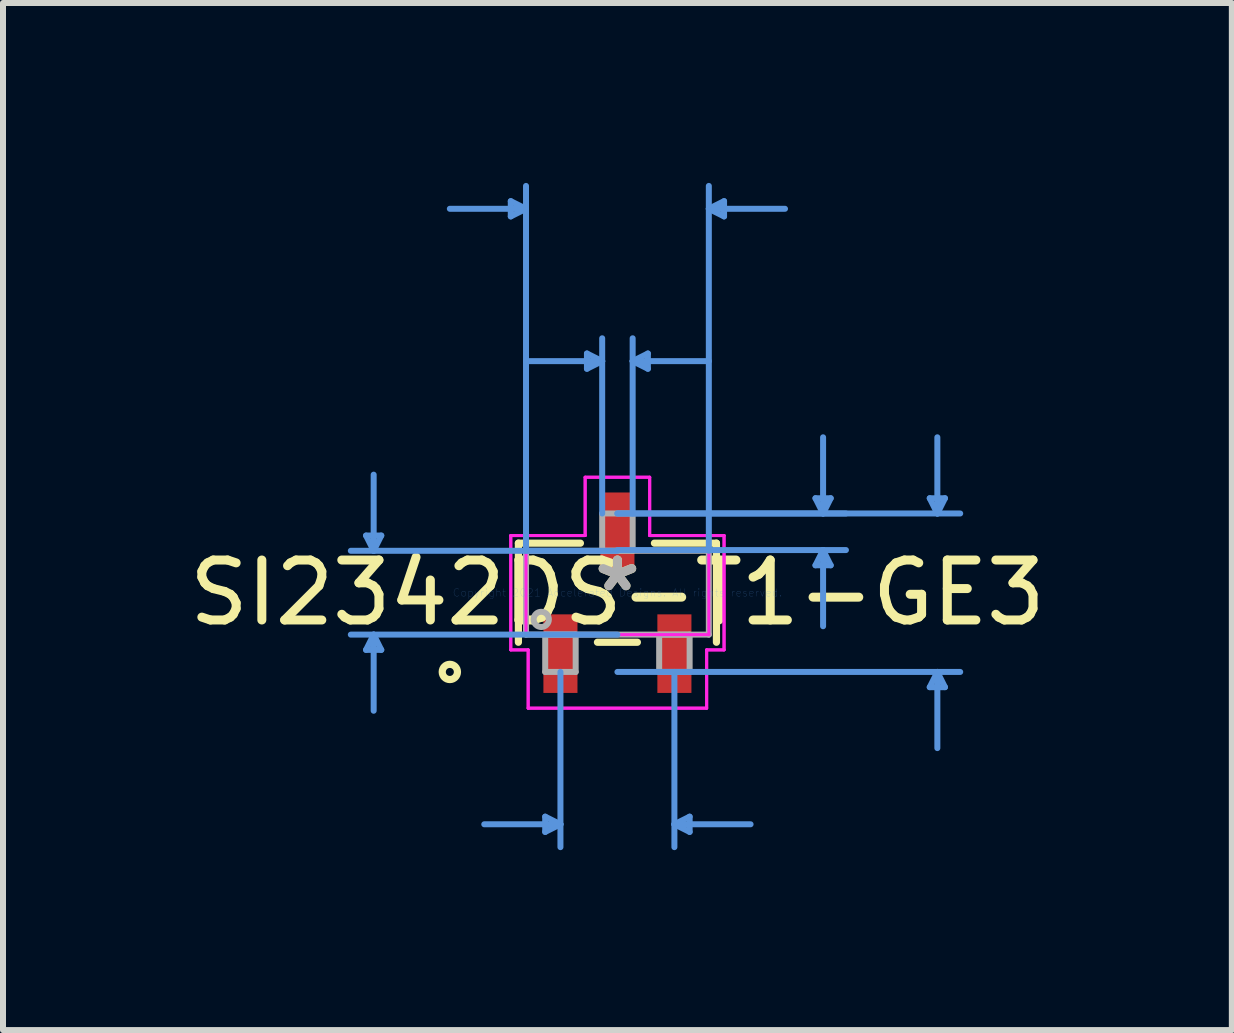
<source format=kicad_pcb>
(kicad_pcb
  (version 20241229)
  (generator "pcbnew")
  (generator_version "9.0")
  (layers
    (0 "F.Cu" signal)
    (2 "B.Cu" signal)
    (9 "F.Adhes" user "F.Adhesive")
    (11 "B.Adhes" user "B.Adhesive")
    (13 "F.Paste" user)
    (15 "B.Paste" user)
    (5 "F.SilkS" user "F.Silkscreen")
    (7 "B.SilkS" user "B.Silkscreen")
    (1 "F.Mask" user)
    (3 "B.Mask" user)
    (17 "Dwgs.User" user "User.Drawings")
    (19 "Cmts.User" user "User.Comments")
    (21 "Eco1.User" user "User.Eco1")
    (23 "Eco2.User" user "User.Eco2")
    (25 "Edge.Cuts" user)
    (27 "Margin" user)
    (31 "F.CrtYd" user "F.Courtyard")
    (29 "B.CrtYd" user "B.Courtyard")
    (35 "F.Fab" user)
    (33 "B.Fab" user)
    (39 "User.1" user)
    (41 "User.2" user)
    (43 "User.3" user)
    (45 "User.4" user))
  (footprint "SI2342DS-T1-GE3"
    (layer "F.Cu")
    (at 7.244 6.832)
    (property "Reference" "SI2342DS-T1-GE3" (at 0 0 0) (layer "F.SilkS") (effects (font (size 1 1) (thickness 0.15))))
    (attr through_hole)
    (fp_line (start -1.651 -0.826) (end -1.651 0.826) (stroke (width 0.12) (type solid)) (layer "F.SilkS"))
    (fp_line (start -0.617 -0.826) (end -1.651 -0.826) (stroke (width 0.12) (type solid)) (layer "F.SilkS"))
    (fp_line (start -0.333 0.826) (end 0.333 0.826) (stroke (width 0.12) (type solid)) (layer "F.SilkS"))
    (fp_line (start 1.651 -0.826) (end 0.617 -0.826) (stroke (width 0.12) (type solid)) (layer "F.SilkS"))
    (fp_line (start 1.651 0.826) (end 1.651 -0.826) (stroke (width 0.12) (type solid)) (layer "F.SilkS"))
    (fp_circle (center -2.794 1.321) (end -2.667 1.321) (stroke (width 0.12) (type solid)) (fill no) (layer "F.SilkS"))
    (fp_line (start -4.191 -0.953) (end -3.937 -0.953) (stroke (width 0.1) (type solid)) (layer "Cmts.User"))
    (fp_line (start -4.191 0.953) (end -3.937 0.953) (stroke (width 0.1) (type solid)) (layer "Cmts.User"))
    (fp_line (start -4.064 -0.699) (end -4.191 -0.953) (stroke (width 0.1) (type solid)) (layer "Cmts.User"))
    (fp_line (start -4.064 -0.699) (end -4.064 -1.968) (stroke (width 0.1) (type solid)) (layer "Cmts.User"))
    (fp_line (start -4.064 -0.699) (end -3.937 -0.953) (stroke (width 0.1) (type solid)) (layer "Cmts.User"))
    (fp_line (start -4.064 0.699) (end -4.191 0.953) (stroke (width 0.1) (type solid)) (layer "Cmts.User"))
    (fp_line (start -4.064 0.699) (end -4.064 1.968) (stroke (width 0.1) (type solid)) (layer "Cmts.User"))
    (fp_line (start -4.064 0.699) (end -3.937 0.953) (stroke (width 0.1) (type solid)) (layer "Cmts.User"))
    (fp_line (start -1.778 -6.528) (end -1.778 -6.274) (stroke (width 0.1) (type solid)) (layer "Cmts.User"))
    (fp_line (start -1.524 -6.401) (end -2.794 -6.401) (stroke (width 0.1) (type solid)) (layer "Cmts.User"))
    (fp_line (start -1.524 -6.401) (end -1.778 -6.528) (stroke (width 0.1) (type solid)) (layer "Cmts.User"))
    (fp_line (start -1.524 -6.401) (end -1.778 -6.274) (stroke (width 0.1) (type solid)) (layer "Cmts.User"))
    (fp_line (start -1.524 -0.699) (end -1.524 -6.782) (stroke (width 0.1) (type solid)) (layer "Cmts.User"))
    (fp_line (start -1.204 3.734) (end -1.204 3.988) (stroke (width 0.1) (type solid)) (layer "Cmts.User"))
    (fp_line (start -0.95 1.321) (end -0.95 4.242) (stroke (width 0.1) (type solid)) (layer "Cmts.User"))
    (fp_line (start -0.95 3.861) (end -2.22 3.861) (stroke (width 0.1) (type solid)) (layer "Cmts.User"))
    (fp_line (start -0.95 3.861) (end -1.204 3.734) (stroke (width 0.1) (type solid)) (layer "Cmts.User"))
    (fp_line (start -0.95 3.861) (end -1.204 3.988) (stroke (width 0.1) (type solid)) (layer "Cmts.User"))
    (fp_line (start -0.508 -3.988) (end -0.508 -3.734) (stroke (width 0.1) (type solid)) (layer "Cmts.User"))
    (fp_line (start -0.254 -3.861) (end -1.524 -3.861) (stroke (width 0.1) (type solid)) (layer "Cmts.User"))
    (fp_line (start -0.254 -3.861) (end -0.508 -3.988) (stroke (width 0.1) (type solid)) (layer "Cmts.User"))
    (fp_line (start -0.254 -3.861) (end -0.508 -3.734) (stroke (width 0.1) (type solid)) (layer "Cmts.User"))
    (fp_line (start -0.254 -1.321) (end -0.254 -4.242) (stroke (width 0.1) (type solid)) (layer "Cmts.User"))
    (fp_line (start 0 -1.321) (end 3.81 -1.321) (stroke (width 0.1) (type solid)) (layer "Cmts.User"))
    (fp_line (start 0 -1.321) (end 5.715 -1.321) (stroke (width 0.1) (type solid)) (layer "Cmts.User"))
    (fp_line (start 0 -0.711) (end 3.81 -0.711) (stroke (width 0.1) (type solid)) (layer "Cmts.User"))
    (fp_line (start 0 -0.699) (end -4.445 -0.699) (stroke (width 0.1) (type solid)) (layer "Cmts.User"))
    (fp_line (start 0 0.699) (end -4.445 0.699) (stroke (width 0.1) (type solid)) (layer "Cmts.User"))
    (fp_line (start 0 1.321) (end 5.715 1.321) (stroke (width 0.1) (type solid)) (layer "Cmts.User"))
    (fp_line (start 0.254 -3.861) (end 0.508 -3.988) (stroke (width 0.1) (type solid)) (layer "Cmts.User"))
    (fp_line (start 0.254 -3.861) (end 0.508 -3.734) (stroke (width 0.1) (type solid)) (layer "Cmts.User"))
    (fp_line (start 0.254 -3.861) (end 1.524 -3.861) (stroke (width 0.1) (type solid)) (layer "Cmts.User"))
    (fp_line (start 0.254 -1.321) (end 0.254 -4.242) (stroke (width 0.1) (type solid)) (layer "Cmts.User"))
    (fp_line (start 0.508 -3.988) (end 0.508 -3.734) (stroke (width 0.1) (type solid)) (layer "Cmts.User"))
    (fp_line (start 0.95 1.321) (end 0.95 4.242) (stroke (width 0.1) (type solid)) (layer "Cmts.User"))
    (fp_line (start 0.95 3.861) (end 1.204 3.734) (stroke (width 0.1) (type solid)) (layer "Cmts.User"))
    (fp_line (start 0.95 3.861) (end 1.204 3.988) (stroke (width 0.1) (type solid)) (layer "Cmts.User"))
    (fp_line (start 0.95 3.861) (end 2.22 3.861) (stroke (width 0.1) (type solid)) (layer "Cmts.User"))
    (fp_line (start 1.204 3.734) (end 1.204 3.988) (stroke (width 0.1) (type solid)) (layer "Cmts.User"))
    (fp_line (start 1.524 -6.401) (end 1.778 -6.528) (stroke (width 0.1) (type solid)) (layer "Cmts.User"))
    (fp_line (start 1.524 -6.401) (end 1.778 -6.274) (stroke (width 0.1) (type solid)) (layer "Cmts.User"))
    (fp_line (start 1.524 -6.401) (end 2.794 -6.401) (stroke (width 0.1) (type solid)) (layer "Cmts.User"))
    (fp_line (start 1.524 -0.699) (end 1.524 -6.782) (stroke (width 0.1) (type solid)) (layer "Cmts.User"))
    (fp_line (start 1.778 -6.528) (end 1.778 -6.274) (stroke (width 0.1) (type solid)) (layer "Cmts.User"))
    (fp_line (start 3.302 -1.575) (end 3.556 -1.575) (stroke (width 0.1) (type solid)) (layer "Cmts.User"))
    (fp_line (start 3.302 -0.457) (end 3.556 -0.457) (stroke (width 0.1) (type solid)) (layer "Cmts.User"))
    (fp_line (start 3.429 -1.321) (end 3.302 -1.575) (stroke (width 0.1) (type solid)) (layer "Cmts.User"))
    (fp_line (start 3.429 -1.321) (end 3.429 -2.591) (stroke (width 0.1) (type solid)) (layer "Cmts.User"))
    (fp_line (start 3.429 -1.321) (end 3.556 -1.575) (stroke (width 0.1) (type solid)) (layer "Cmts.User"))
    (fp_line (start 3.429 -0.711) (end 3.302 -0.457) (stroke (width 0.1) (type solid)) (layer "Cmts.User"))
    (fp_line (start 3.429 -0.711) (end 3.429 0.559) (stroke (width 0.1) (type solid)) (layer "Cmts.User"))
    (fp_line (start 3.429 -0.711) (end 3.556 -0.457) (stroke (width 0.1) (type solid)) (layer "Cmts.User"))
    (fp_line (start 5.207 -1.575) (end 5.461 -1.575) (stroke (width 0.1) (type solid)) (layer "Cmts.User"))
    (fp_line (start 5.207 1.575) (end 5.461 1.575) (stroke (width 0.1) (type solid)) (layer "Cmts.User"))
    (fp_line (start 5.334 -1.321) (end 5.207 -1.575) (stroke (width 0.1) (type solid)) (layer "Cmts.User"))
    (fp_line (start 5.334 -1.321) (end 5.334 -2.591) (stroke (width 0.1) (type solid)) (layer "Cmts.User"))
    (fp_line (start 5.334 -1.321) (end 5.461 -1.575) (stroke (width 0.1) (type solid)) (layer "Cmts.User"))
    (fp_line (start 5.334 1.321) (end 5.207 1.575) (stroke (width 0.1) (type solid)) (layer "Cmts.User"))
    (fp_line (start 5.334 1.321) (end 5.334 2.591) (stroke (width 0.1) (type solid)) (layer "Cmts.User"))
    (fp_line (start 5.334 1.321) (end 5.461 1.575) (stroke (width 0.1) (type solid)) (layer "Cmts.User"))
    (fp_line (start -1.778 -0.953) (end -0.538 -0.953) (stroke (width 0.05) (type solid)) (layer "F.CrtYd"))
    (fp_line (start -1.778 -0.953) (end -0.538 -0.953) (stroke (width 0.05) (type solid)) (layer "F.CrtYd"))
    (fp_line (start -1.778 0.953) (end -1.778 -0.953) (stroke (width 0.05) (type solid)) (layer "F.CrtYd"))
    (fp_line (start -1.778 0.953) (end -1.778 -0.953) (stroke (width 0.05) (type solid)) (layer "F.CrtYd"))
    (fp_line (start -1.778 0.953) (end -1.488 0.953) (stroke (width 0.05) (type solid)) (layer "F.CrtYd"))
    (fp_line (start -1.524 -0.699) (end 1.524 -0.699) (stroke (width 0.05) (type solid)) (layer "F.CrtYd"))
    (fp_line (start -1.524 0.699) (end -1.524 -0.699) (stroke (width 0.05) (type solid)) (layer "F.CrtYd"))
    (fp_line (start -1.488 0.953) (end -1.778 0.953) (stroke (width 0.05) (type solid)) (layer "F.CrtYd"))
    (fp_line (start -1.488 0.953) (end -1.488 1.925) (stroke (width 0.05) (type solid)) (layer "F.CrtYd"))
    (fp_line (start -1.488 1.925) (end -1.488 0.953) (stroke (width 0.05) (type solid)) (layer "F.CrtYd"))
    (fp_line (start -1.488 1.925) (end 1.488 1.925) (stroke (width 0.05) (type solid)) (layer "F.CrtYd"))
    (fp_line (start -0.538 -1.925) (end 0.538 -1.925) (stroke (width 0.05) (type solid)) (layer "F.CrtYd"))
    (fp_line (start -0.538 -1.925) (end 0.538 -1.925) (stroke (width 0.05) (type solid)) (layer "F.CrtYd"))
    (fp_line (start -0.538 -0.953) (end -0.538 -1.925) (stroke (width 0.05) (type solid)) (layer "F.CrtYd"))
    (fp_line (start -0.538 -0.953) (end -0.538 -1.925) (stroke (width 0.05) (type solid)) (layer "F.CrtYd"))
    (fp_line (start 0.538 -1.925) (end 0.538 -0.953) (stroke (width 0.05) (type solid)) (layer "F.CrtYd"))
    (fp_line (start 0.538 -0.953) (end 0.538 -1.925) (stroke (width 0.05) (type solid)) (layer "F.CrtYd"))
    (fp_line (start 0.538 -0.953) (end 1.778 -0.953) (stroke (width 0.05) (type solid)) (layer "F.CrtYd"))
    (fp_line (start 1.488 0.953) (end 1.488 1.925) (stroke (width 0.05) (type solid)) (layer "F.CrtYd"))
    (fp_line (start 1.488 0.953) (end 1.488 1.925) (stroke (width 0.05) (type solid)) (layer "F.CrtYd"))
    (fp_line (start 1.488 1.925) (end -1.488 1.925) (stroke (width 0.05) (type solid)) (layer "F.CrtYd"))
    (fp_line (start 1.524 -0.699) (end 1.524 0.699) (stroke (width 0.05) (type solid)) (layer "F.CrtYd"))
    (fp_line (start 1.524 0.699) (end -1.524 0.699) (stroke (width 0.05) (type solid)) (layer "F.CrtYd"))
    (fp_line (start 1.778 -0.953) (end 0.538 -0.953) (stroke (width 0.05) (type solid)) (layer "F.CrtYd"))
    (fp_line (start 1.778 -0.953) (end 1.778 0.953) (stroke (width 0.05) (type solid)) (layer "F.CrtYd"))
    (fp_line (start 1.778 -0.953) (end 1.778 0.953) (stroke (width 0.05) (type solid)) (layer "F.CrtYd"))
    (fp_line (start 1.778 0.953) (end 1.488 0.953) (stroke (width 0.05) (type solid)) (layer "F.CrtYd"))
    (fp_line (start 1.778 0.953) (end 1.488 0.953) (stroke (width 0.05) (type solid)) (layer "F.CrtYd"))
    (fp_line (start -1.524 -0.699) (end -1.524 0.699) (stroke (width 0.1) (type solid)) (layer "F.Fab"))
    (fp_line (start -1.524 0.699) (end 1.524 0.699) (stroke (width 0.1) (type solid)) (layer "F.Fab"))
    (fp_line (start -1.204 0.699) (end -1.204 1.321) (stroke (width 0.1) (type solid)) (layer "F.Fab"))
    (fp_line (start -1.204 1.321) (end -0.696 1.321) (stroke (width 0.1) (type solid)) (layer "F.Fab"))
    (fp_line (start -0.696 0.699) (end -1.204 0.699) (stroke (width 0.1) (type solid)) (layer "F.Fab"))
    (fp_line (start -0.696 1.321) (end -0.696 0.699) (stroke (width 0.1) (type solid)) (layer "F.Fab"))
    (fp_line (start -0.254 -1.321) (end -0.254 -0.699) (stroke (width 0.1) (type solid)) (layer "F.Fab"))
    (fp_line (start -0.254 -0.699) (end 0.254 -0.699) (stroke (width 0.1) (type solid)) (layer "F.Fab"))
    (fp_line (start 0.254 -1.321) (end -0.254 -1.321) (stroke (width 0.1) (type solid)) (layer "F.Fab"))
    (fp_line (start 0.254 -0.699) (end 0.254 -1.321) (stroke (width 0.1) (type solid)) (layer "F.Fab"))
    (fp_line (start 0.696 0.699) (end 0.696 1.321) (stroke (width 0.1) (type solid)) (layer "F.Fab"))
    (fp_line (start 0.696 1.321) (end 1.204 1.321) (stroke (width 0.1) (type solid)) (layer "F.Fab"))
    (fp_line (start 1.204 0.699) (end 0.696 0.699) (stroke (width 0.1) (type solid)) (layer "F.Fab"))
    (fp_line (start 1.204 1.321) (end 1.204 0.699) (stroke (width 0.1) (type solid)) (layer "F.Fab"))
    (fp_line (start 1.524 -0.699) (end -1.524 -0.699) (stroke (width 0.1) (type solid)) (layer "F.Fab"))
    (fp_line (start 1.524 0.699) (end 1.524 -0.699) (stroke (width 0.1) (type solid)) (layer "F.Fab"))
    (fp_circle (center -1.27 0.445) (end -1.143 0.445) (stroke (width 0.1) (type solid)) (fill no) (layer "F.Fab"))
    (fp_text user "*" (at 0 0 0) (layer "F.SilkS") (effects (font (size 1 1) (thickness 0.15))))
    (fp_text user "Copyright 2021 Accelerated Designs. All rights reserved." (at 0 0 0) (layer "Cmts.User") (effects (font (size 0.127 0.127) (thickness 0.002))))
    (fp_text user "*" (at 0 0 0) (layer "F.Fab") (effects (font (size 1 1) (thickness 0.15))))
    (pad "1" smd rect (at -0.95 1.016) (size 0.568 1.31) (layers "F.Cu" "F.Mask" "F.Paste"))
    (pad "2" smd rect (at 0.95 1.016) (size 0.568 1.31) (layers "F.Cu" "F.Mask" "F.Paste"))
    (pad "3" smd rect (at 0 -1.016) (size 0.568 1.31) (layers "F.Cu" "F.Mask" "F.Paste")))
  (gr_rect
    (start -3 -3)
    (end 17.488 14.124)
    (stroke (width 0.1) (type default))
    (fill no)
    (layer "Edge.Cuts")))
</source>
